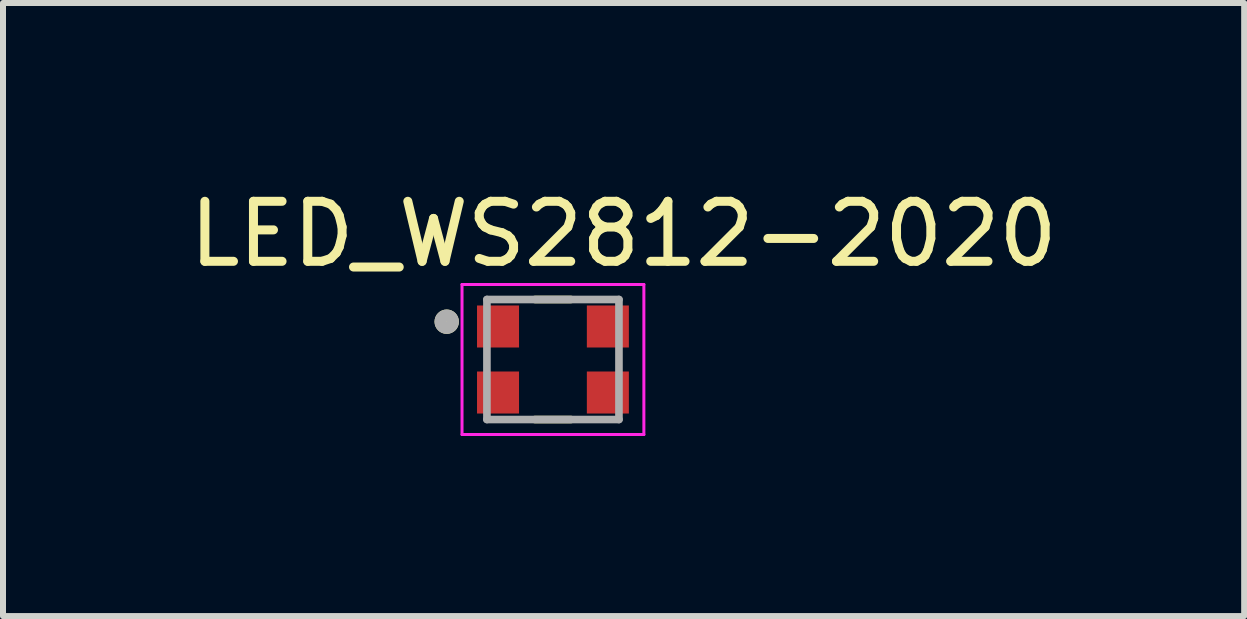
<source format=kicad_pcb>
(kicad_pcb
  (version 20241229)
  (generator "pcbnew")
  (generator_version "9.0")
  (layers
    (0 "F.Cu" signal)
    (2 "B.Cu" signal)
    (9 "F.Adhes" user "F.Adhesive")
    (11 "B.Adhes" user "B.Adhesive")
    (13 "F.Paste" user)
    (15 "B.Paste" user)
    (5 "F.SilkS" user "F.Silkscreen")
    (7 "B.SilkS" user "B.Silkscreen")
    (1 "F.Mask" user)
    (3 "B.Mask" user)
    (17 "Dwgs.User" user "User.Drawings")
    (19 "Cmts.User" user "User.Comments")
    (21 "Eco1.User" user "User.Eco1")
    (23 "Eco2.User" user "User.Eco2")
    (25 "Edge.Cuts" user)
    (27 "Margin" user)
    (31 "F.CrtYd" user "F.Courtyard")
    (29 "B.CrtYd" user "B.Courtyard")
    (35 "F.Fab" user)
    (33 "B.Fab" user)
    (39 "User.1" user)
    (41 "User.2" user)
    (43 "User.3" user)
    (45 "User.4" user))
  (footprint "LED_WS2812-2020"
    (layer "F.Cu")
    (at 6.163 2.94)
    (property "Reference" "LED_WS2812-2020" (at 1.177 -2.091 0) (layer "F.SilkS") (effects (font (size 1 1) (thickness 0.15))))
    (attr through_hole)
    (fp_line (start -0.3 -1) (end 0.3 -1) (stroke (width 0.127) (type solid)) (layer "F.SilkS"))
    (fp_line (start -0.3 1) (end 0.3 1) (stroke (width 0.127) (type solid)) (layer "F.SilkS"))
    (fp_circle (center -1.77 -0.63) (end -1.667 -0.63) (stroke (width 0.2) (type solid)) (fill no) (layer "F.SilkS"))
    (fp_line (start -1.515 -1.25) (end -1.515 1.25) (stroke (width 0.05) (type solid)) (layer "F.CrtYd"))
    (fp_line (start -1.515 1.25) (end 1.515 1.25) (stroke (width 0.05) (type solid)) (layer "F.CrtYd"))
    (fp_line (start 1.515 -1.25) (end -1.515 -1.25) (stroke (width 0.05) (type solid)) (layer "F.CrtYd"))
    (fp_line (start 1.515 1.25) (end 1.515 -1.25) (stroke (width 0.05) (type solid)) (layer "F.CrtYd"))
    (fp_line (start -1.1 -1) (end 1.1 -1) (stroke (width 0.127) (type solid)) (layer "F.Fab"))
    (fp_line (start -1.1 1) (end -1.1 -1) (stroke (width 0.127) (type solid)) (layer "F.Fab"))
    (fp_line (start 1.1 -1) (end 1.1 1) (stroke (width 0.127) (type solid)) (layer "F.Fab"))
    (fp_line (start 1.1 1) (end -1.1 1) (stroke (width 0.127) (type solid)) (layer "F.Fab"))
    (fp_circle (center -1.77 -0.63) (end -1.667 -0.63) (stroke (width 0.2) (type solid)) (fill no) (layer "F.Fab"))
    (pad "1" smd rect (at 0.915 0.55 180) (size 0.7 0.7) (layers "F.Cu" "F.Mask" "F.Paste"))
    (pad "2" smd rect (at 0.915 -0.55 180) (size 0.7 0.7) (layers "F.Cu" "F.Mask" "F.Paste"))
    (pad "3" smd rect (at -0.915 -0.55) (size 0.7 0.7) (layers "F.Cu" "F.Mask" "F.Paste"))
    (pad "4" smd rect (at -0.915 0.55) (size 0.7 0.7) (layers "F.Cu" "F.Mask" "F.Paste")))
  (gr_rect
    (start -3 -3)
    (end 17.68 7.215)
    (stroke (width 0.1) (type default))
    (fill no)
    (layer "Edge.Cuts")))
</source>
